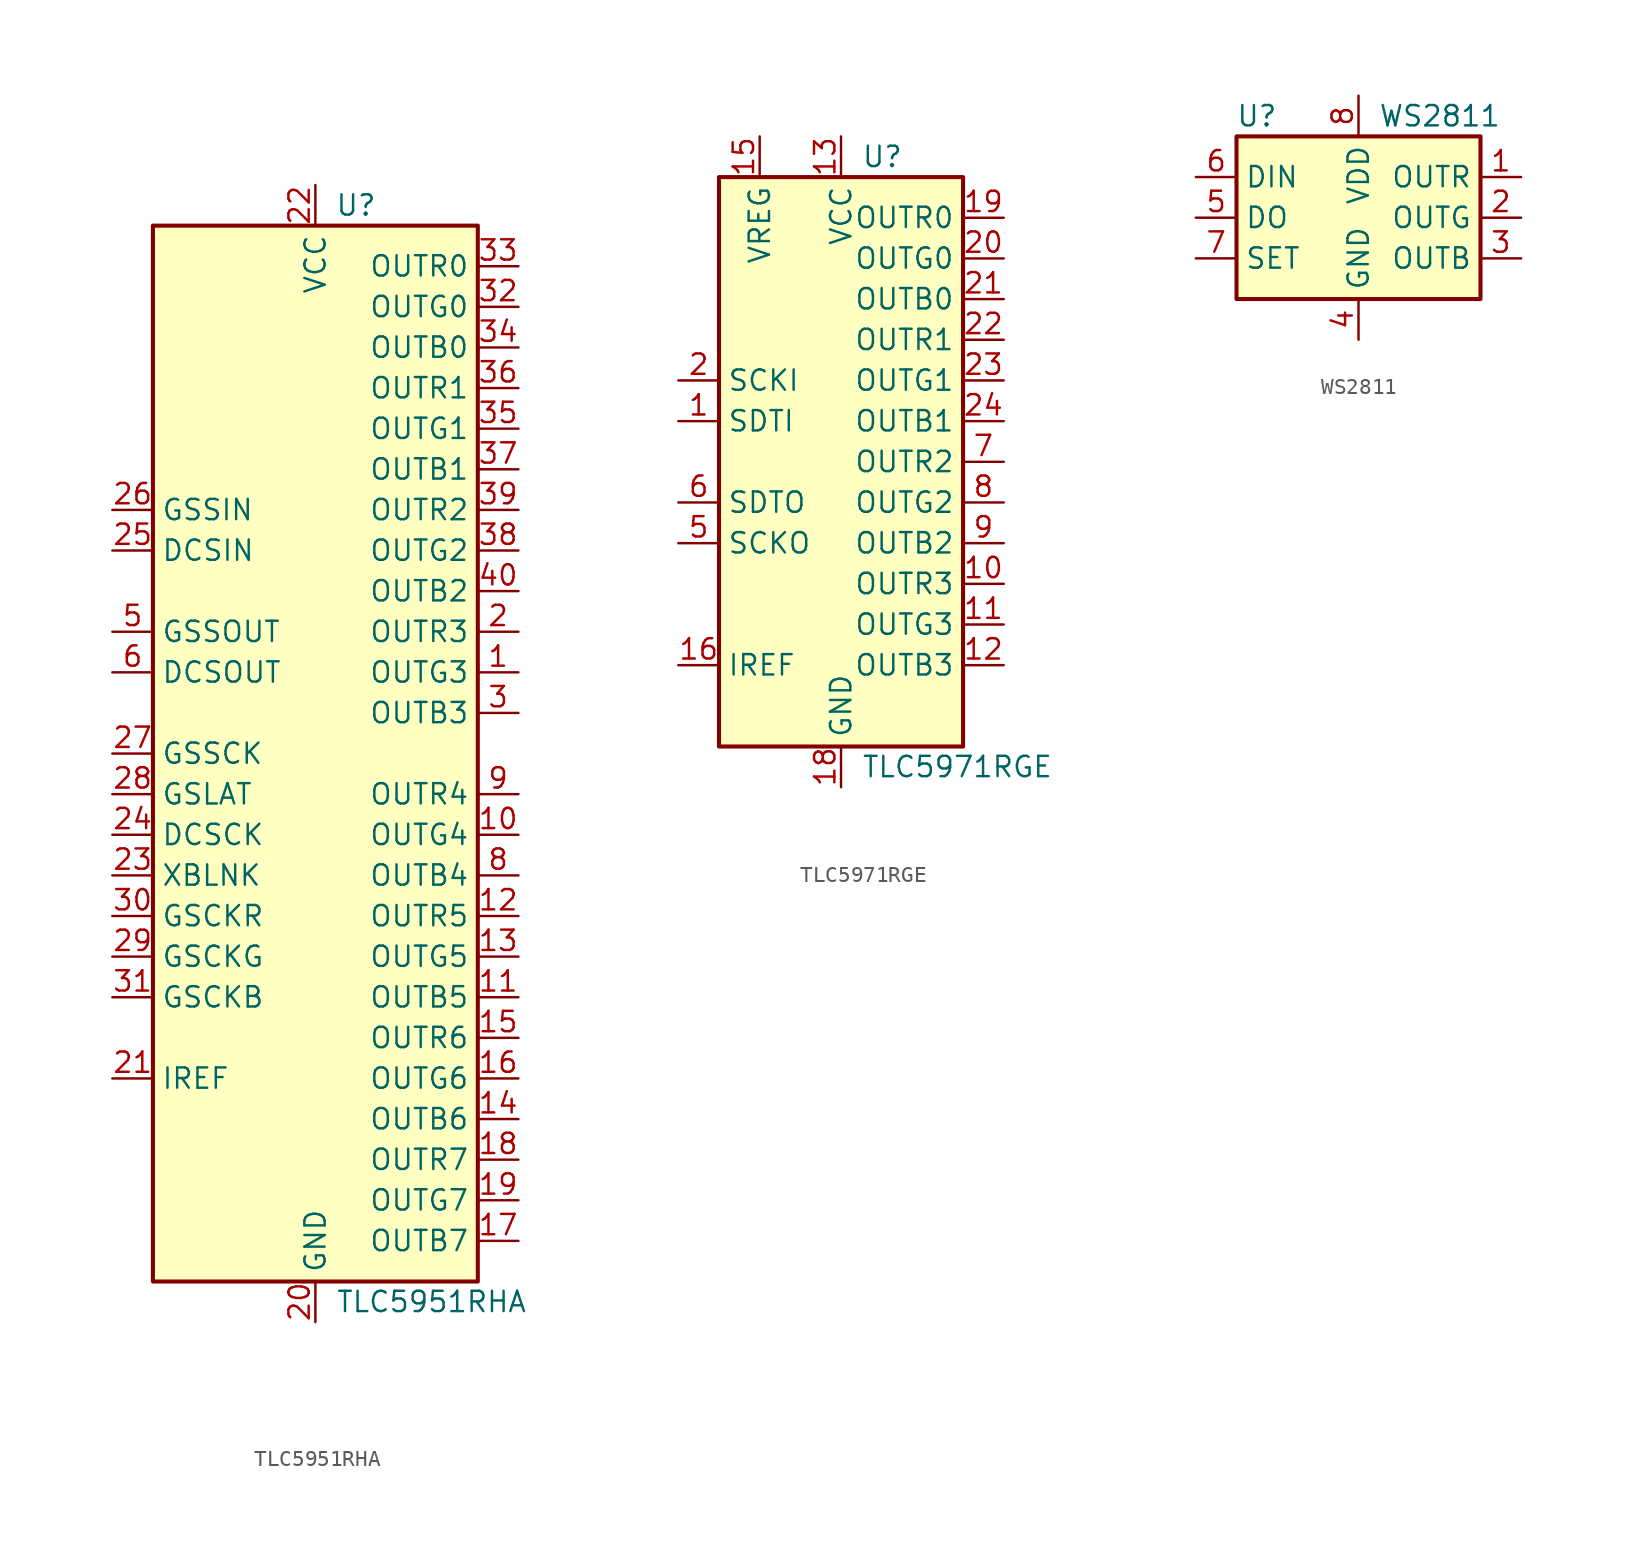
<source format=kicad_sym>
(kicad_symbol_lib
  (version 20200908)
  (generator kicad_symbol_editor)
  (symbol "Driver_LED:TLC5951RHA"
    (property "Reference" "U"
      (at 2.54 34.29 0)
      (effects (font (size 1.27 1.27))))
    (property "Value" "TLC5951RHA"
      (at 1.27 -34.29 0)
      (effects (font (size 1.27 1.27)) (justify left)))
    (symbol "TLC5951RHA_0_1"
      (rectangle (start -10.16 33.02) (end 10.16 -33.02) (stroke (width 0.254)) (fill (type background)))
      (pin open_collector line (at 12.7 5.08 180) (length 2.54) (name "OUTG3" (effects (font (size 1.27 1.27)))) (number "1" (effects (font (size 1.27 1.27)))))
      (pin open_collector line (at 12.7 -5.08 180) (length 2.54) (name "OUTG4" (effects (font (size 1.27 1.27)))) (number "10" (effects (font (size 1.27 1.27)))))
      (pin open_collector line (at 12.7 -15.24 180) (length 2.54) (name "OUTB5" (effects (font (size 1.27 1.27)))) (number "11" (effects (font (size 1.27 1.27)))))
      (pin open_collector line (at 12.7 -10.16 180) (length 2.54) (name "OUTR5" (effects (font (size 1.27 1.27)))) (number "12" (effects (font (size 1.27 1.27)))))
      (pin open_collector line (at 12.7 -12.7 180) (length 2.54) (name "OUTG5" (effects (font (size 1.27 1.27)))) (number "13" (effects (font (size 1.27 1.27)))))
      (pin open_collector line (at 12.7 -22.86 180) (length 2.54) (name "OUTB6" (effects (font (size 1.27 1.27)))) (number "14" (effects (font (size 1.27 1.27)))))
      (pin open_collector line (at 12.7 -17.78 180) (length 2.54) (name "OUTR6" (effects (font (size 1.27 1.27)))) (number "15" (effects (font (size 1.27 1.27)))))
      (pin open_collector line (at 12.7 -20.32 180) (length 2.54) (name "OUTG6" (effects (font (size 1.27 1.27)))) (number "16" (effects (font (size 1.27 1.27)))))
      (pin open_collector line (at 12.7 -30.48 180) (length 2.54) (name "OUTB7" (effects (font (size 1.27 1.27)))) (number "17" (effects (font (size 1.27 1.27)))))
      (pin open_collector line (at 12.7 -25.4 180) (length 2.54) (name "OUTR7" (effects (font (size 1.27 1.27)))) (number "18" (effects (font (size 1.27 1.27)))))
      (pin open_collector line (at 12.7 -27.94 180) (length 2.54) (name "OUTG7" (effects (font (size 1.27 1.27)))) (number "19" (effects (font (size 1.27 1.27)))))
      (pin open_collector line (at 12.7 7.62 180) (length 2.54) (name "OUTR3" (effects (font (size 1.27 1.27)))) (number "2" (effects (font (size 1.27 1.27)))))
      (pin power_in line (at 0 -35.56 90) (length 2.54) (name "GND" (effects (font (size 1.27 1.27)))) (number "20" (effects (font (size 1.27 1.27)))))
      (pin passive line (at -12.7 -20.32 0) (length 2.54) (name "IREF" (effects (font (size 1.27 1.27)))) (number "21" (effects (font (size 1.27 1.27)))))
      (pin power_in line (at 0 35.56 270) (length 2.54) (name "VCC" (effects (font (size 1.27 1.27)))) (number "22" (effects (font (size 1.27 1.27)))))
      (pin input line (at -12.7 -7.62 0) (length 2.54) (name "XBLNK" (effects (font (size 1.27 1.27)))) (number "23" (effects (font (size 1.27 1.27)))))
      (pin input line (at -12.7 -5.08 0) (length 2.54) (name "DCSCK" (effects (font (size 1.27 1.27)))) (number "24" (effects (font (size 1.27 1.27)))))
      (pin input line (at -12.7 12.7 0) (length 2.54) (name "DCSIN" (effects (font (size 1.27 1.27)))) (number "25" (effects (font (size 1.27 1.27)))))
      (pin input line (at -12.7 15.24 0) (length 2.54) (name "GSSIN" (effects (font (size 1.27 1.27)))) (number "26" (effects (font (size 1.27 1.27)))))
      (pin input line (at -12.7 0 0) (length 2.54) (name "GSSCK" (effects (font (size 1.27 1.27)))) (number "27" (effects (font (size 1.27 1.27)))))
      (pin input line (at -12.7 -2.54 0) (length 2.54) (name "GSLAT" (effects (font (size 1.27 1.27)))) (number "28" (effects (font (size 1.27 1.27)))))
      (pin input line (at -12.7 -12.7 0) (length 2.54) (name "GSCKG" (effects (font (size 1.27 1.27)))) (number "29" (effects (font (size 1.27 1.27)))))
      (pin open_collector line (at 12.7 2.54 180) (length 2.54) (name "OUTB3" (effects (font (size 1.27 1.27)))) (number "3" (effects (font (size 1.27 1.27)))))
      (pin input line (at -12.7 -10.16 0) (length 2.54) (name "GSCKR" (effects (font (size 1.27 1.27)))) (number "30" (effects (font (size 1.27 1.27)))))
      (pin input line (at -12.7 -15.24 0) (length 2.54) (name "GSCKB" (effects (font (size 1.27 1.27)))) (number "31" (effects (font (size 1.27 1.27)))))
      (pin open_collector line (at 12.7 27.94 180) (length 2.54) (name "OUTG0" (effects (font (size 1.27 1.27)))) (number "32" (effects (font (size 1.27 1.27)))))
      (pin open_collector line (at 12.7 30.48 180) (length 2.54) (name "OUTR0" (effects (font (size 1.27 1.27)))) (number "33" (effects (font (size 1.27 1.27)))))
      (pin open_collector line (at 12.7 25.4 180) (length 2.54) (name "OUTB0" (effects (font (size 1.27 1.27)))) (number "34" (effects (font (size 1.27 1.27)))))
      (pin open_collector line (at 12.7 20.32 180) (length 2.54) (name "OUTG1" (effects (font (size 1.27 1.27)))) (number "35" (effects (font (size 1.27 1.27)))))
      (pin open_collector line (at 12.7 22.86 180) (length 2.54) (name "OUTR1" (effects (font (size 1.27 1.27)))) (number "36" (effects (font (size 1.27 1.27)))))
      (pin open_collector line (at 12.7 17.78 180) (length 2.54) (name "OUTB1" (effects (font (size 1.27 1.27)))) (number "37" (effects (font (size 1.27 1.27)))))
      (pin open_collector line (at 12.7 12.7 180) (length 2.54) (name "OUTG2" (effects (font (size 1.27 1.27)))) (number "38" (effects (font (size 1.27 1.27)))))
      (pin open_collector line (at 12.7 15.24 180) (length 2.54) (name "OUTR2" (effects (font (size 1.27 1.27)))) (number "39" (effects (font (size 1.27 1.27)))))
      (pin unconnected line (at -10.16 -22.86 0) (length 2.54) hide (name "NC" (effects (font (size 1.27 1.27)))) (number "4" (effects (font (size 1.27 1.27)))))
      (pin open_collector line (at 12.7 10.16 180) (length 2.54) (name "OUTB2" (effects (font (size 1.27 1.27)))) (number "40" (effects (font (size 1.27 1.27)))))
      (pin passive line (at 0 -35.56 90) (length 2.54) hide (name "GND" (effects (font (size 1.27 1.27)))) (number "41" (effects (font (size 1.27 1.27)))))
      (pin unconnected line (at -10.16 -25.4 0) (length 2.54) hide (name "NC" (effects (font (size 1.27 1.27)))) (number "7" (effects (font (size 1.27 1.27)))))
      (pin open_collector line (at 12.7 -7.62 180) (length 2.54) (name "OUTB4" (effects (font (size 1.27 1.27)))) (number "8" (effects (font (size 1.27 1.27)))))
      (pin open_collector line (at 12.7 -2.54 180) (length 2.54) (name "OUTR4" (effects (font (size 1.27 1.27)))) (number "9" (effects (font (size 1.27 1.27))))))
    (symbol "TLC5951RHA_1_1"
      (pin output line (at -12.7 7.62 0) (length 2.54) (name "GSSOUT" (effects (font (size 1.27 1.27)))) (number "5" (effects (font (size 1.27 1.27)))))
      (pin output line (at -12.7 5.08 0) (length 2.54) (name "DCSOUT" (effects (font (size 1.27 1.27)))) (number "6" (effects (font (size 1.27 1.27)))))))
  (symbol "Driver_LED:TLC5971RGE"
    (property "Reference" "U"
      (at 1.27 19.05 0)
      (effects (font (size 1.27 1.27)) (justify left)))
    (property "Value" "TLC5971RGE"
      (at 1.27 -19.05 0)
      (effects (font (size 1.27 1.27)) (justify left)))
    (symbol "TLC5971RGE_0_1"
      (rectangle (start -7.62 17.78) (end 7.62 -17.78) (stroke (width 0.254)) (fill (type background)))
      (pin input line (at -10.16 2.54 0) (length 2.54) (name "SDTI" (effects (font (size 1.27 1.27)))) (number "1" (effects (font (size 1.27 1.27)))))
      (pin open_collector line (at 10.16 -7.62 180) (length 2.54) (name "OUTR3" (effects (font (size 1.27 1.27)))) (number "10" (effects (font (size 1.27 1.27)))))
      (pin open_collector line (at 10.16 -10.16 180) (length 2.54) (name "OUTG3" (effects (font (size 1.27 1.27)))) (number "11" (effects (font (size 1.27 1.27)))))
      (pin open_collector line (at 10.16 -12.7 180) (length 2.54) (name "OUTB3" (effects (font (size 1.27 1.27)))) (number "12" (effects (font (size 1.27 1.27)))))
      (pin power_in line (at 0 20.32 270) (length 2.54) (name "VCC" (effects (font (size 1.27 1.27)))) (number "13" (effects (font (size 1.27 1.27)))))
      (pin unconnected line (at -7.62 -7.62 0) (length 2.54) hide (name "NC" (effects (font (size 1.27 1.27)))) (number "14" (effects (font (size 1.27 1.27)))))
      (pin unconnected line (at -7.62 -10.16 0) (length 2.54) hide (name "NC" (effects (font (size 1.27 1.27)))) (number "17" (effects (font (size 1.27 1.27)))))
      (pin power_in line (at 0 -20.32 90) (length 2.54) (name "GND" (effects (font (size 1.27 1.27)))) (number "18" (effects (font (size 1.27 1.27)))))
      (pin open_collector line (at 10.16 15.24 180) (length 2.54) (name "OUTR0" (effects (font (size 1.27 1.27)))) (number "19" (effects (font (size 1.27 1.27)))))
      (pin input line (at -10.16 5.08 0) (length 2.54) (name "SCKI" (effects (font (size 1.27 1.27)))) (number "2" (effects (font (size 1.27 1.27)))))
      (pin open_collector line (at 10.16 12.7 180) (length 2.54) (name "OUTG0" (effects (font (size 1.27 1.27)))) (number "20" (effects (font (size 1.27 1.27)))))
      (pin open_collector line (at 10.16 10.16 180) (length 2.54) (name "OUTB0" (effects (font (size 1.27 1.27)))) (number "21" (effects (font (size 1.27 1.27)))))
      (pin open_collector line (at 10.16 7.62 180) (length 2.54) (name "OUTR1" (effects (font (size 1.27 1.27)))) (number "22" (effects (font (size 1.27 1.27)))))
      (pin open_collector line (at 10.16 5.08 180) (length 2.54) (name "OUTG1" (effects (font (size 1.27 1.27)))) (number "23" (effects (font (size 1.27 1.27)))))
      (pin open_collector line (at 10.16 2.54 180) (length 2.54) (name "OUTB1" (effects (font (size 1.27 1.27)))) (number "24" (effects (font (size 1.27 1.27)))))
      (pin passive line (at 0 -20.32 90) (length 2.54) hide (name "GND" (effects (font (size 1.27 1.27)))) (number "25" (effects (font (size 1.27 1.27)))))
      (pin unconnected line (at -7.62 10.16 0) (length 2.54) hide (name "NC" (effects (font (size 1.27 1.27)))) (number "3" (effects (font (size 1.27 1.27)))))
      (pin unconnected line (at -7.62 7.62 0) (length 2.54) hide (name "NC" (effects (font (size 1.27 1.27)))) (number "4" (effects (font (size 1.27 1.27)))))
      (pin output line (at -10.16 -2.54 0) (length 2.54) (name "SDTO" (effects (font (size 1.27 1.27)))) (number "6" (effects (font (size 1.27 1.27)))))
      (pin open_collector line (at 10.16 0 180) (length 2.54) (name "OUTR2" (effects (font (size 1.27 1.27)))) (number "7" (effects (font (size 1.27 1.27)))))
      (pin open_collector line (at 10.16 -2.54 180) (length 2.54) (name "OUTG2" (effects (font (size 1.27 1.27)))) (number "8" (effects (font (size 1.27 1.27)))))
      (pin open_collector line (at 10.16 -5.08 180) (length 2.54) (name "OUTB2" (effects (font (size 1.27 1.27)))) (number "9" (effects (font (size 1.27 1.27))))))
    (symbol "TLC5971RGE_1_1"
      (pin passive line (at -5.08 20.32 270) (length 2.54) (name "VREG" (effects (font (size 1.27 1.27)))) (number "15" (effects (font (size 1.27 1.27)))))
      (pin passive line (at -10.16 -12.7 0) (length 2.54) (name "IREF" (effects (font (size 1.27 1.27)))) (number "16" (effects (font (size 1.27 1.27)))))
      (pin output line (at -10.16 -5.08 0) (length 2.54) (name "SCKO" (effects (font (size 1.27 1.27)))) (number "5" (effects (font (size 1.27 1.27)))))))
  (symbol "Driver_LED:WS2811"
    (property "Reference" "U"
      (at -6.35 6.35 0)
      (effects (font (size 1.27 1.27))))
    (property "Value" "WS2811"
      (at 5.08 6.35 0)
      (effects (font (size 1.27 1.27))))
    (symbol "WS2811_0_1"
      (rectangle (start -7.62 5.08) (end 7.62 -5.08) (stroke (width 0.254)) (fill (type background))))
    (symbol "WS2811_1_1"
      (pin output line (at 10.16 2.54 180) (length 2.54) (name "OUTR" (effects (font (size 1.27 1.27)))) (number "1" (effects (font (size 1.27 1.27)))))
      (pin output line (at 10.16 0 180) (length 2.54) (name "OUTG" (effects (font (size 1.27 1.27)))) (number "2" (effects (font (size 1.27 1.27)))))
      (pin output line (at 10.16 -2.54 180) (length 2.54) (name "OUTB" (effects (font (size 1.27 1.27)))) (number "3" (effects (font (size 1.27 1.27)))))
      (pin power_in line (at 0 -7.62 90) (length 2.54) (name "GND" (effects (font (size 1.27 1.27)))) (number "4" (effects (font (size 1.27 1.27)))))
      (pin output line (at -10.16 0 0) (length 2.54) (name "DO" (effects (font (size 1.27 1.27)))) (number "5" (effects (font (size 1.27 1.27)))))
      (pin input line (at -10.16 2.54 0) (length 2.54) (name "DIN" (effects (font (size 1.27 1.27)))) (number "6" (effects (font (size 1.27 1.27)))))
      (pin input line (at -10.16 -2.54 0) (length 2.54) (name "SET" (effects (font (size 1.27 1.27)))) (number "7" (effects (font (size 1.27 1.27)))))
      (pin power_in line (at 0 7.62 270) (length 2.54) (name "VDD" (effects (font (size 1.27 1.27)))) (number "8" (effects (font (size 1.27 1.27))))))))
</source>
